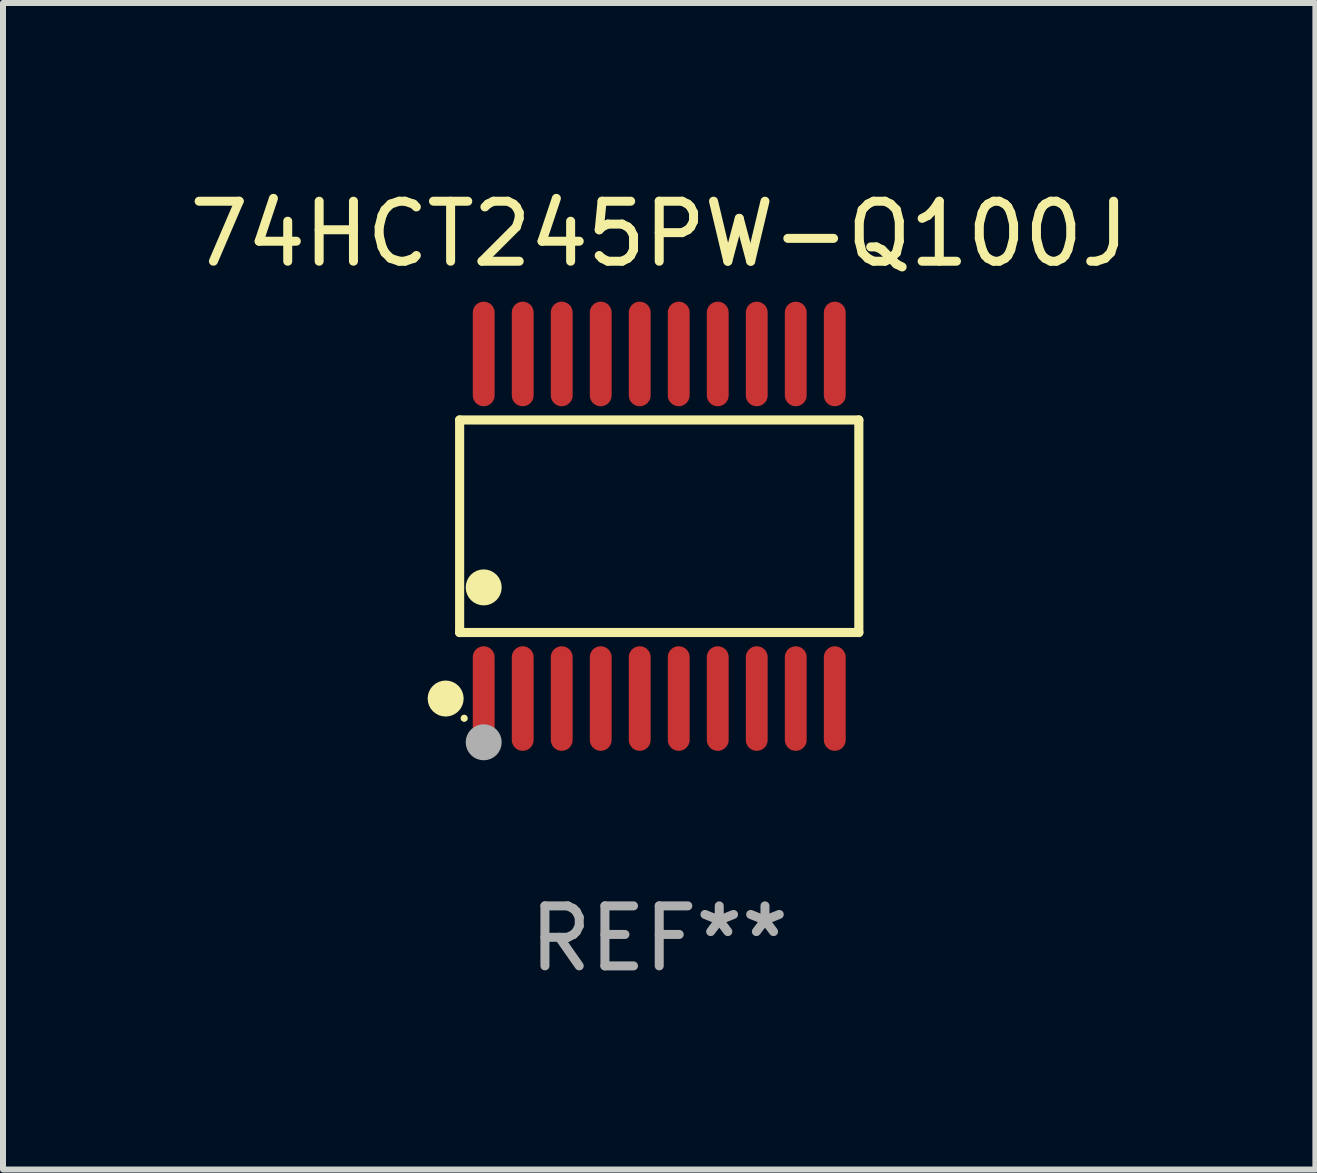
<source format=kicad_pcb>
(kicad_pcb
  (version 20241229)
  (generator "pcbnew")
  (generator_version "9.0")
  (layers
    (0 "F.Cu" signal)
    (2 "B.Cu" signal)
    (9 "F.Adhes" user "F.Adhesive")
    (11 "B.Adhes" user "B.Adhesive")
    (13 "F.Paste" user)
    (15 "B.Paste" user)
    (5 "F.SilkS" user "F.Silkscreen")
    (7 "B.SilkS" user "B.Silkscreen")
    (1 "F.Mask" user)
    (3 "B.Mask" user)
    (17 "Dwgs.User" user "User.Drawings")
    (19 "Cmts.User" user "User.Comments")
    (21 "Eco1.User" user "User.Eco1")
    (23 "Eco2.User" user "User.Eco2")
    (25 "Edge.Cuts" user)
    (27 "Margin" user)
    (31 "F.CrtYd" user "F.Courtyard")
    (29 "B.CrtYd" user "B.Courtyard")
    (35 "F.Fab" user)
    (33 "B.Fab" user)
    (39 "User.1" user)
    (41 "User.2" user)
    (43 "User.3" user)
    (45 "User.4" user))
  (footprint "74HCT245PW-Q100J"
    (layer "F.Cu")
    (at 7.935 5.719)
    (property "Reference" "74HCT245PW-Q100J" (at 0 -4.871 0) (layer "F.SilkS") (effects (font (size 1 1) (thickness 0.15))))
    (attr through_hole)
    (fp_line (start -3.326 -1.771) (end 3.326 -1.771) (stroke (width 0.152) (type solid)) (layer "F.SilkS"))
    (fp_line (start -3.326 1.771) (end -3.326 -1.771) (stroke (width 0.152) (type solid)) (layer "F.SilkS"))
    (fp_line (start 3.326 -1.771) (end 3.326 1.771) (stroke (width 0.152) (type solid)) (layer "F.SilkS"))
    (fp_line (start 3.326 1.771) (end -3.326 1.771) (stroke (width 0.152) (type solid)) (layer "F.SilkS"))
    (fp_circle (center -3.559 2.871) (end -3.409 2.871) (stroke (width 0.3) (type solid)) (fill no) (layer "F.SilkS"))
    (fp_circle (center -3.25 3.2) (end -3.22 3.2) (stroke (width 0.06) (type solid)) (fill no) (layer "F.SilkS"))
    (fp_circle (center -2.925 1.019) (end -2.775 1.019) (stroke (width 0.3) (type solid)) (fill no) (layer "F.SilkS"))
    (fp_circle (center -2.925 3.6) (end -2.775 3.6) (stroke (width 0.3) (type solid)) (fill no) (layer "F.Fab"))
    (fp_text user "REF**" (at 0 6.871 0) (layer "F.Fab") (effects (font (size 1 1) (thickness 0.15))))
    (pad "1" smd oval (at -2.925 2.871) (size 0.364 1.742) (layers "F.Cu" "F.Mask" "F.Paste"))
    (pad "2" smd oval (at -2.275 2.871) (size 0.364 1.742) (layers "F.Cu" "F.Mask" "F.Paste"))
    (pad "3" smd oval (at -1.625 2.871) (size 0.364 1.742) (layers "F.Cu" "F.Mask" "F.Paste"))
    (pad "4" smd oval (at -0.975 2.871) (size 0.364 1.742) (layers "F.Cu" "F.Mask" "F.Paste"))
    (pad "5" smd oval (at -0.325 2.871) (size 0.364 1.742) (layers "F.Cu" "F.Mask" "F.Paste"))
    (pad "6" smd oval (at 0.325 2.871) (size 0.364 1.742) (layers "F.Cu" "F.Mask" "F.Paste"))
    (pad "7" smd oval (at 0.975 2.871) (size 0.364 1.742) (layers "F.Cu" "F.Mask" "F.Paste"))
    (pad "8" smd oval (at 1.625 2.871) (size 0.364 1.742) (layers "F.Cu" "F.Mask" "F.Paste"))
    (pad "9" smd oval (at 2.275 2.871) (size 0.364 1.742) (layers "F.Cu" "F.Mask" "F.Paste"))
    (pad "10" smd oval (at 2.925 2.871) (size 0.364 1.742) (layers "F.Cu" "F.Mask" "F.Paste"))
    (pad "11" smd oval (at 2.925 -2.871) (size 0.364 1.742) (layers "F.Cu" "F.Mask" "F.Paste"))
    (pad "12" smd oval (at 2.275 -2.871) (size 0.364 1.742) (layers "F.Cu" "F.Mask" "F.Paste"))
    (pad "13" smd oval (at 1.625 -2.871) (size 0.364 1.742) (layers "F.Cu" "F.Mask" "F.Paste"))
    (pad "14" smd oval (at 0.975 -2.871) (size 0.364 1.742) (layers "F.Cu" "F.Mask" "F.Paste"))
    (pad "15" smd oval (at 0.325 -2.871) (size 0.364 1.742) (layers "F.Cu" "F.Mask" "F.Paste"))
    (pad "16" smd oval (at -0.325 -2.871) (size 0.364 1.742) (layers "F.Cu" "F.Mask" "F.Paste"))
    (pad "17" smd oval (at -0.975 -2.871) (size 0.364 1.742) (layers "F.Cu" "F.Mask" "F.Paste"))
    (pad "18" smd oval (at -1.625 -2.871) (size 0.364 1.742) (layers "F.Cu" "F.Mask" "F.Paste"))
    (pad "19" smd oval (at -2.275 -2.871) (size 0.364 1.742) (layers "F.Cu" "F.Mask" "F.Paste"))
    (pad "20" smd oval (at -2.925 -2.871) (size 0.364 1.742) (layers "F.Cu" "F.Mask" "F.Paste")))
  (gr_rect
    (start -3 -3)
    (end 18.869 16.438)
    (stroke (width 0.1) (type default))
    (fill no)
    (layer "Edge.Cuts")))
</source>
